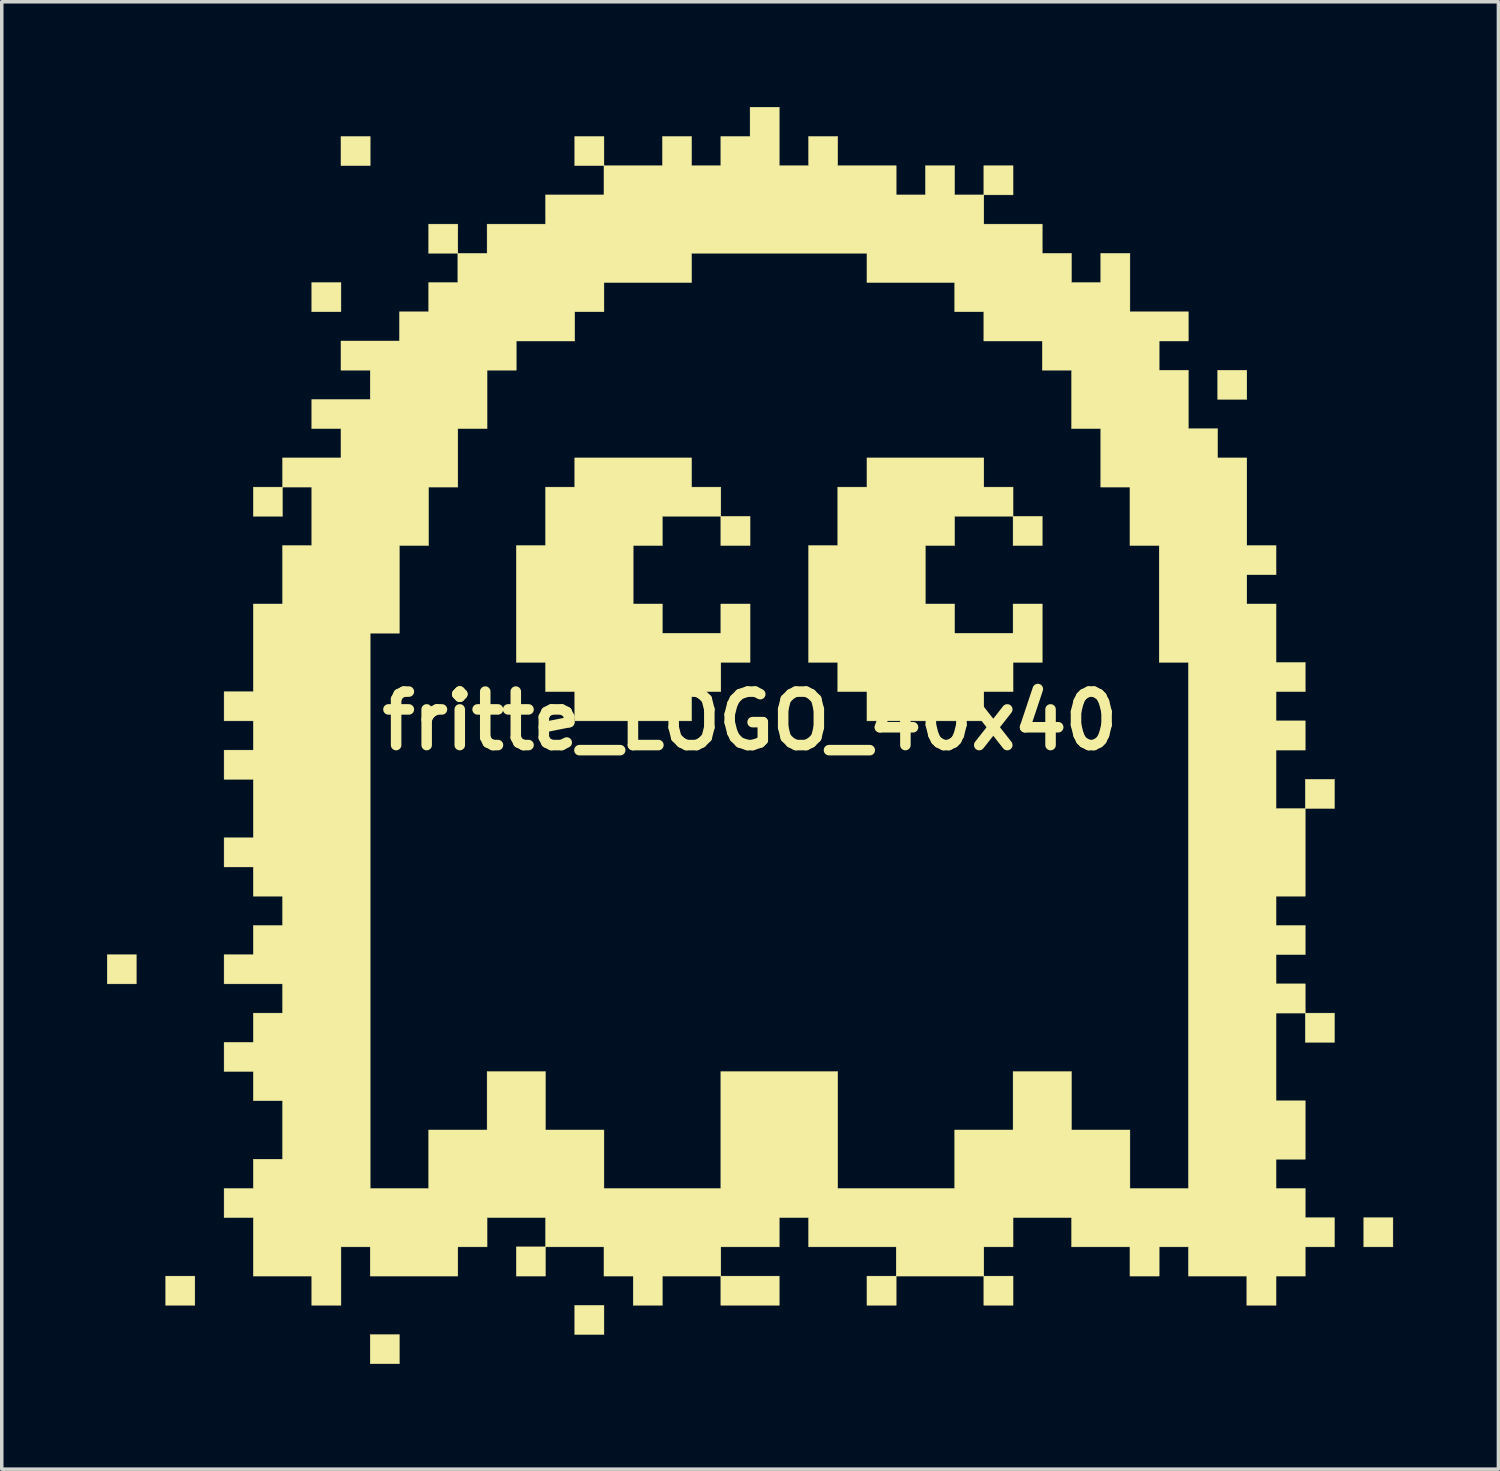
<source format=kicad_pcb>
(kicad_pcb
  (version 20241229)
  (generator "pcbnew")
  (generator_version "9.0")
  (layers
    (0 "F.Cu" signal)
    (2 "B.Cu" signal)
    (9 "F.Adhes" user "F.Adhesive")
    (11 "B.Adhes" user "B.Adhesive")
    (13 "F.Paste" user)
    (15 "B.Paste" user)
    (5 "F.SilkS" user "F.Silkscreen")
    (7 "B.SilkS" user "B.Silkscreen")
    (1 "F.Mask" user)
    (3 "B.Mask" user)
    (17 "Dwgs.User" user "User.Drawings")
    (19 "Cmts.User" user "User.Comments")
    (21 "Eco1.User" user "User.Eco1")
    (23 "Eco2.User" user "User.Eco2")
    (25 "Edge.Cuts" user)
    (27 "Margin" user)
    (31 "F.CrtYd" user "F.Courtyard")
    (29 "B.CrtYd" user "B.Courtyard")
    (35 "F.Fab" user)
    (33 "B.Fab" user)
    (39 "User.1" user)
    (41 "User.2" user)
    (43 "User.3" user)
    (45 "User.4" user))
  (footprint "fritte_LOGO_40x40"
    (layer "F.Cu")
    (at 18.326 17.494)
    (property "Reference" "fritte_LOGO_40x40" (at 0 0 0) (layer "F.SilkS") (effects (font (size 1.524 1.524) (thickness 0.3))))
    (attr through_hole)
    (fp_poly (pts (xy -17.489 7.495) (xy -18.321 7.495) (xy -18.321 6.662) (xy -17.489 6.662) (xy -17.489 7.495)) (stroke (width 0.01) (type solid)) (fill yes) (layer "F.SilkS"))
    (fp_poly (pts (xy -15.823 16.656) (xy -16.656 16.656) (xy -16.656 15.823) (xy -15.823 15.823) (xy -15.823 16.656)) (stroke (width 0.01) (type solid)) (fill yes) (layer "F.SilkS"))
    (fp_poly (pts (xy -13.325 -5.83) (xy -14.157 -5.83) (xy -14.157 -6.662) (xy -13.325 -6.662) (xy -13.325 -5.83)) (stroke (width 0.01) (type solid)) (fill yes) (layer "F.SilkS"))
    (fp_poly (pts (xy -11.659 -11.659) (xy -12.492 -11.659) (xy -12.492 -12.492) (xy -11.659 -12.492) (xy -11.659 -11.659)) (stroke (width 0.01) (type solid)) (fill yes) (layer "F.SilkS"))
    (fp_poly (pts (xy -10.826 -15.823) (xy -11.659 -15.823) (xy -11.659 -16.656) (xy -10.826 -16.656) (xy -10.826 -15.823)) (stroke (width 0.01) (type solid)) (fill yes) (layer "F.SilkS"))
    (fp_poly (pts (xy -9.993 18.321) (xy -10.826 18.321) (xy -10.826 17.489) (xy -9.993 17.489) (xy -9.993 18.321)) (stroke (width 0.01) (type solid)) (fill yes) (layer "F.SilkS"))
    (fp_poly (pts (xy -8.328 -13.325) (xy -9.161 -13.325) (xy -9.161 -14.157) (xy -8.328 -14.157) (xy -8.328 -13.325)) (stroke (width 0.01) (type solid)) (fill yes) (layer "F.SilkS"))
    (fp_poly (pts (xy -5.83 15.823) (xy -6.662 15.823) (xy -6.662 14.99) (xy -5.83 14.99) (xy -5.83 15.823)) (stroke (width 0.01) (type solid)) (fill yes) (layer "F.SilkS"))
    (fp_poly (pts (xy -4.164 -15.823) (xy -4.997 -15.823) (xy -4.997 -16.656) (xy -4.164 -16.656) (xy -4.164 -15.823)) (stroke (width 0.01) (type solid)) (fill yes) (layer "F.SilkS"))
    (fp_poly (pts (xy -4.164 17.489) (xy -4.997 17.489) (xy -4.997 16.656) (xy -4.164 16.656) (xy -4.164 17.489)) (stroke (width 0.01) (type solid)) (fill yes) (layer "F.SilkS"))
    (fp_poly (pts (xy 0 -4.997) (xy -0.833 -4.997) (xy -0.833 -5.83) (xy 0 -5.83) (xy 0 -4.997)) (stroke (width 0.01) (type solid)) (fill yes) (layer "F.SilkS"))
    (fp_poly (pts (xy 0.833 16.656) (xy -0.833 16.656) (xy -0.833 15.823) (xy 0.833 15.823) (xy 0.833 16.656)) (stroke (width 0.01) (type solid)) (fill yes) (layer "F.SilkS"))
    (fp_poly (pts (xy 4.164 16.656) (xy 3.331 16.656) (xy 3.331 15.823) (xy 4.164 15.823) (xy 4.164 16.656)) (stroke (width 0.01) (type solid)) (fill yes) (layer "F.SilkS"))
    (fp_poly (pts (xy 7.495 -14.99) (xy 6.662 -14.99) (xy 6.662 -15.823) (xy 7.495 -15.823) (xy 7.495 -14.99)) (stroke (width 0.01) (type solid)) (fill yes) (layer "F.SilkS"))
    (fp_poly (pts (xy 7.495 16.656) (xy 6.662 16.656) (xy 6.662 15.823) (xy 7.495 15.823) (xy 7.495 16.656)) (stroke (width 0.01) (type solid)) (fill yes) (layer "F.SilkS"))
    (fp_poly (pts (xy 8.328 -4.997) (xy 7.495 -4.997) (xy 7.495 -5.83) (xy 8.328 -5.83) (xy 8.328 -4.997)) (stroke (width 0.01) (type solid)) (fill yes) (layer "F.SilkS"))
    (fp_poly (pts (xy 14.157 -9.161) (xy 13.325 -9.161) (xy 13.325 -9.993) (xy 14.157 -9.993) (xy 14.157 -9.161)) (stroke (width 0.01) (type solid)) (fill yes) (layer "F.SilkS"))
    (fp_poly (pts (xy 16.656 2.498) (xy 15.823 2.498) (xy 15.823 1.666) (xy 16.656 1.666) (xy 16.656 2.498)) (stroke (width 0.01) (type solid)) (fill yes) (layer "F.SilkS"))
    (fp_poly (pts (xy 16.656 9.161) (xy 15.823 9.161) (xy 15.823 8.328) (xy 16.656 8.328) (xy 16.656 9.161)) (stroke (width 0.01) (type solid)) (fill yes) (layer "F.SilkS"))
    (fp_poly (pts (xy 18.321 14.99) (xy 17.489 14.99) (xy 17.489 14.157) (xy 18.321 14.157) (xy 18.321 14.99)) (stroke (width 0.01) (type solid)) (fill yes) (layer "F.SilkS"))
    (fp_poly (pts (xy -1.666 -6.662) (xy -0.833 -6.662) (xy -0.833 -5.83) (xy -2.498 -5.83) (xy -2.498 -4.997) (xy -3.331 -4.997) (xy -3.331 -3.331) (xy -2.498 -3.331) (xy -2.498 -2.498) (xy -0.833 -2.498) (xy -0.833 -3.331) (xy 0 -3.331) (xy 0 -1.666) (xy -0.833 -1.666) (xy -0.833 -0.833) (xy -1.666 -0.833) (xy -1.666 0) (xy -4.997 0) (xy -4.997 -0.833) (xy -5.83 -0.833) (xy -5.83 -1.666) (xy -6.662 -1.666) (xy -6.662 -4.997) (xy -5.83 -4.997) (xy -5.83 -6.662) (xy -4.997 -6.662) (xy -4.997 -7.495) (xy -1.666 -7.495) (xy -1.666 -6.662)) (stroke (width 0.01) (type solid)) (fill yes) (layer "F.SilkS"))
    (fp_poly (pts (xy 6.662 -6.662) (xy 7.495 -6.662) (xy 7.495 -5.83) (xy 5.83 -5.83) (xy 5.83 -4.997) (xy 4.997 -4.997) (xy 4.997 -3.331) (xy 5.83 -3.331) (xy 5.83 -2.498) (xy 7.495 -2.498) (xy 7.495 -3.331) (xy 8.328 -3.331) (xy 8.328 -1.666) (xy 7.495 -1.666) (xy 7.495 -0.833) (xy 6.662 -0.833) (xy 6.662 0) (xy 3.331 0) (xy 3.331 -0.833) (xy 2.498 -0.833) (xy 2.498 -1.666) (xy 1.666 -1.666) (xy 1.666 -4.997) (xy 2.498 -4.997) (xy 2.498 -6.662) (xy 3.331 -6.662) (xy 3.331 -7.495) (xy 6.662 -7.495) (xy 6.662 -6.662)) (stroke (width 0.01) (type solid)) (fill yes) (layer "F.SilkS"))
    (fp_poly (pts (xy -13.325 -7.495) (xy -11.659 -7.495) (xy -11.659 -8.328) (xy -12.492 -8.328) (xy -12.492 -9.161) (xy -10.826 -9.161) (xy -10.826 -9.993) (xy -11.659 -9.993) (xy -11.659 -10.826) (xy -9.993 -10.826) (xy -9.993 -11.659) (xy -9.161 -11.659) (xy -9.161 -12.492) (xy -8.328 -12.492) (xy -8.328 -13.325) (xy -7.495 -13.325) (xy -7.495 -14.157) (xy -5.83 -14.157) (xy -5.83 -14.99) (xy -4.164 -14.99) (xy -4.164 -15.823) (xy -2.498 -15.823) (xy -2.498 -16.656) (xy -1.666 -16.656) (xy -1.666 -15.823) (xy -0.833 -15.823) (xy -0.833 -16.656) (xy 0 -16.656) (xy 0 -17.489) (xy 0.833 -17.489) (xy 0.833 -15.823) (xy 1.666 -15.823) (xy 1.666 -16.656) (xy 2.498 -16.656) (xy 2.498 -15.823) (xy 4.164 -15.823) (xy 4.164 -14.99) (xy 4.997 -14.99) (xy 4.997 -15.823) (xy 5.83 -15.823) (xy 5.83 -14.99) (xy 6.662 -14.99) (xy 6.662 -14.157) (xy 8.328 -14.157) (xy 8.328 -13.325) (xy 9.161 -13.325) (xy 9.161 -12.492) (xy 9.993 -12.492) (xy 9.993 -13.325) (xy 10.826 -13.325) (xy 10.826 -11.659) (xy 12.492 -11.659) (xy 12.492 -10.826) (xy 11.659 -10.826) (xy 11.659 -9.993) (xy 12.492 -9.993) (xy 12.492 -8.328) (xy 13.325 -8.328) (xy 13.325 -7.495) (xy 14.157 -7.495) (xy 14.157 -4.997) (xy 14.99 -4.997) (xy 14.99 -4.164) (xy 14.157 -4.164) (xy 14.157 -3.331) (xy 14.99 -3.331) (xy 14.99 -1.666) (xy 15.823 -1.666) (xy 15.823 -0.833) (xy 14.99 -0.833) (xy 14.99 0) (xy 15.823 0) (xy 15.823 0.833) (xy 14.99 0.833) (xy 14.99 2.498) (xy 15.823 2.498) (xy 15.823 4.997) (xy 14.99 4.997) (xy 14.99 5.83) (xy 15.823 5.83) (xy 15.823 6.662) (xy 14.99 6.662) (xy 14.99 7.495) (xy 15.823 7.495) (xy 15.823 8.328) (xy 14.99 8.328) (xy 14.99 10.826) (xy 15.823 10.826) (xy 15.823 12.492) (xy 14.99 12.492) (xy 14.99 13.325) (xy 15.823 13.325) (xy 15.823 14.157) (xy 16.656 14.157) (xy 16.656 14.99) (xy 15.823 14.99) (xy 15.823 15.823) (xy 14.99 15.823) (xy 14.99 16.656) (xy 14.157 16.656) (xy 14.157 15.823) (xy 12.492 15.823) (xy 12.492 14.99) (xy 11.659 14.99) (xy 11.659 15.823) (xy 10.826 15.823) (xy 10.826 14.99) (xy 9.161 14.99) (xy 9.161 14.157) (xy 7.495 14.157) (xy 7.495 14.99) (xy 6.662 14.99) (xy 6.662 15.823) (xy 4.164 15.823) (xy 4.164 14.99) (xy 1.666 14.99) (xy 1.666 14.157) (xy 0.833 14.157) (xy 0.833 14.99) (xy -0.833 14.99) (xy -0.833 15.823) (xy -2.498 15.823) (xy -2.498 16.656) (xy -3.331 16.656) (xy -3.331 15.823) (xy -4.164 15.823) (xy -4.164 14.99) (xy -5.83 14.99) (xy -5.83 14.157) (xy -7.495 14.157) (xy -7.495 14.99) (xy -8.328 14.99) (xy -8.328 15.823) (xy -10.826 15.823) (xy -10.826 14.99) (xy -11.659 14.99) (xy -11.659 16.656) (xy -12.492 16.656) (xy -12.492 15.823) (xy -14.157 15.823) (xy -14.157 14.157) (xy -14.99 14.157) (xy -14.99 13.325) (xy -14.157 13.325) (xy -14.157 12.492) (xy -13.325 12.492) (xy -13.325 10.826) (xy -14.157 10.826) (xy -14.157 9.993) (xy -14.99 9.993) (xy -14.99 9.161) (xy -14.157 9.161) (xy -14.157 8.328) (xy -13.325 8.328) (xy -13.325 7.495) (xy -14.99 7.495) (xy -14.99 6.662) (xy -14.157 6.662) (xy -14.157 5.83) (xy -13.325 5.83) (xy -13.325 4.997) (xy -14.157 4.997) (xy -14.157 4.164) (xy -14.99 4.164) (xy -14.99 3.331) (xy -14.157 3.331) (xy -14.157 1.666) (xy -14.99 1.666) (xy -14.99 0.833) (xy -14.157 0.833) (xy -14.157 0) (xy -14.99 0) (xy -14.99 -0.833) (xy -14.157 -0.833) (xy -14.157 -2.498) (xy -10.826 -2.498) (xy -10.826 13.325) (xy -9.161 13.325) (xy -9.161 11.659) (xy -7.495 11.659) (xy -7.495 9.993) (xy -5.83 9.993) (xy -5.83 11.659) (xy -4.164 11.659) (xy -4.164 13.325) (xy -0.833 13.325) (xy -0.833 9.993) (xy 2.498 9.993) (xy 2.498 13.325) (xy 5.83 13.325) (xy 5.83 11.659) (xy 7.495 11.659) (xy 7.495 9.993) (xy 9.161 9.993) (xy 9.161 11.659) (xy 10.826 11.659) (xy 10.826 13.325) (xy 12.492 13.325) (xy 12.492 -1.666) (xy 11.659 -1.666) (xy 11.659 -4.997) (xy 10.826 -4.997) (xy 10.826 -6.662) (xy 9.993 -6.662) (xy 9.993 -8.328) (xy 9.161 -8.328) (xy 9.161 -9.993) (xy 8.328 -9.993) (xy 8.328 -10.826) (xy 6.662 -10.826) (xy 6.662 -11.659) (xy 5.83 -11.659) (xy 5.83 -12.492) (xy 3.331 -12.492) (xy 3.331 -13.325) (xy -1.666 -13.325) (xy -1.666 -12.492) (xy -4.164 -12.492) (xy -4.164 -11.659) (xy -4.997 -11.659) (xy -4.997 -10.826) (xy -6.662 -10.826) (xy -6.662 -9.993) (xy -7.495 -9.993) (xy -7.495 -8.328) (xy -8.328 -8.328) (xy -8.328 -6.662) (xy -9.161 -6.662) (xy -9.161 -4.997) (xy -9.993 -4.997) (xy -9.993 -2.498) (xy -10.826 -2.498) (xy -14.157 -2.498) (xy -14.157 -3.331) (xy -13.325 -3.331) (xy -13.325 -4.997) (xy -12.492 -4.997) (xy -12.492 -6.662) (xy -13.325 -6.662) (xy -13.325 -7.495)) (stroke (width 0.01) (type solid)) (fill yes) (layer "F.SilkS")))
  (gr_rect
    (start -3 -3)
    (end 39.653 38.82)
    (stroke (width 0.1) (type default))
    (fill no)
    (layer "Edge.Cuts")))
</source>
